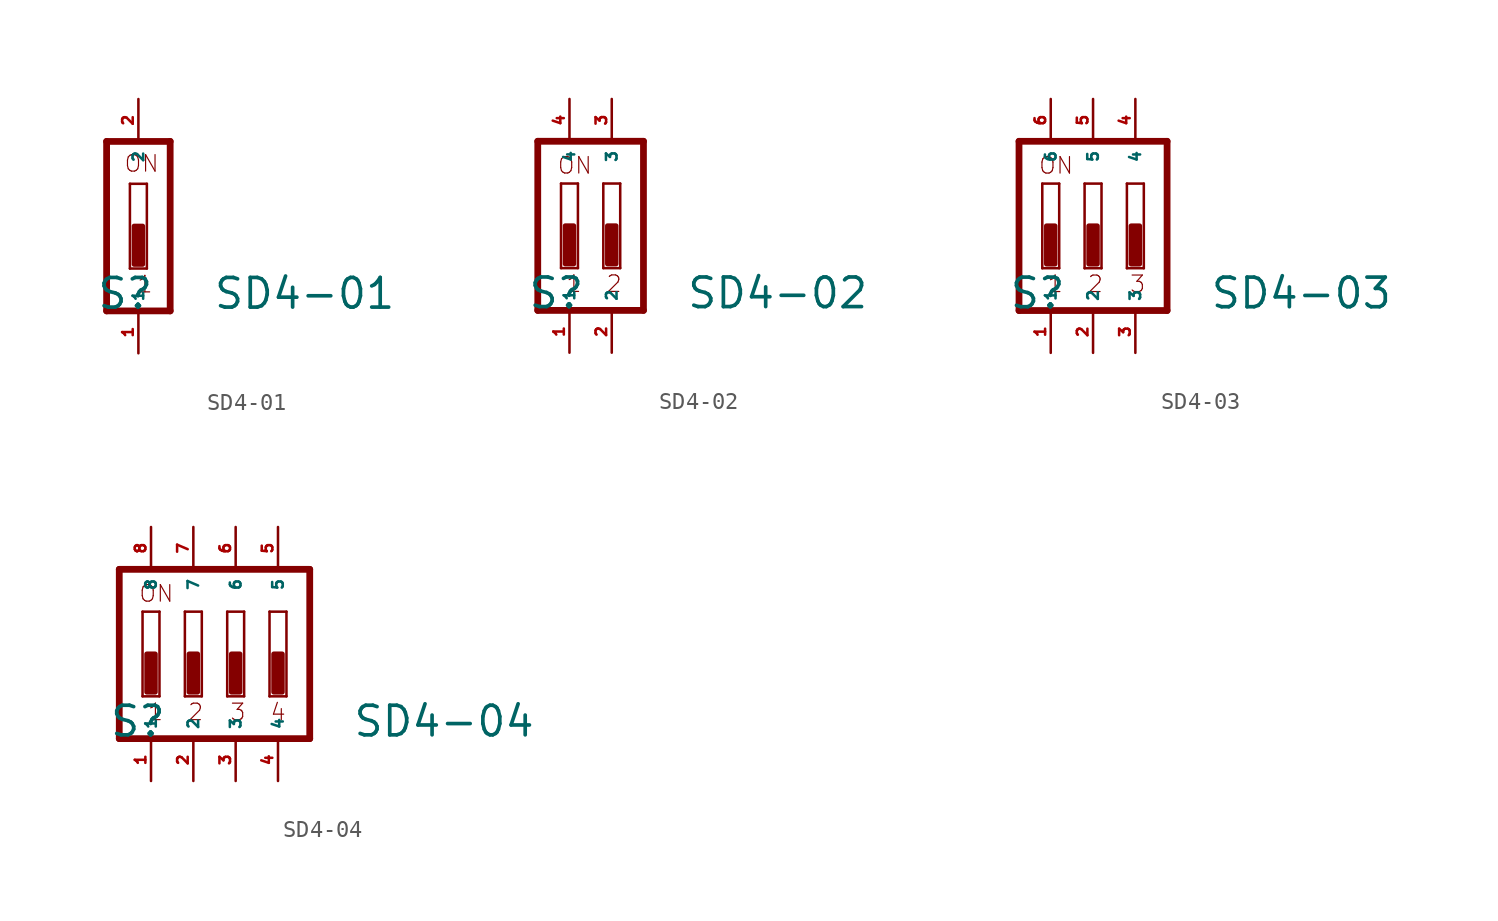
<source format=kicad_sym>
(kicad_symbol_lib
  (version 20220914)
  (generator Eagle2Kicad)
  (symbol "SD4-01"
    (property "Reference" "S"
      (at -2.54 -5.08 0)
      (effects (font (size 1.778 1.778) (thickness 0.22)) (justify left bottom)))
    (property "Value" "SD4-01"
      (at 4.445 -5.08 0)
      (effects (font (size 1.778 1.778) (thickness 0.22)) (justify left bottom)))
    (polyline
      (pts (xy -1.905 5.08) (xy -1.905 -5.08))
      (stroke (width 0.406) (type default))
      (fill (type none)))
    (polyline
      (pts (xy -1.905 5.08) (xy 1.905 5.08))
      (stroke (width 0.406) (type default))
      (fill (type none)))
    (polyline
      (pts (xy 1.905 5.08) (xy 1.905 -5.08))
      (stroke (width 0.406) (type default))
      (fill (type none)))
    (polyline
      (pts (xy -1.905 -5.08) (xy 1.905 -5.08))
      (stroke (width 0.406) (type default))
      (fill (type none)))
    (polyline
      (pts (xy 0.508 -2.54) (xy -0.508 -2.54))
      (stroke (width 0.152) (type default))
      (fill (type none)))
    (polyline
      (pts (xy -0.508 2.54) (xy 0.508 2.54))
      (stroke (width 0.152) (type default))
      (fill (type none)))
    (polyline
      (pts (xy 0.508 2.54) (xy 0.508 -2.54))
      (stroke (width 0.152) (type default))
      (fill (type none)))
    (polyline
      (pts (xy -0.508 -2.54) (xy -0.508 2.54))
      (stroke (width 0.152) (type default))
      (fill (type none)))
    (text "1"
      (at -0.127 -4.064 0)
      (effects (font (size 0.991 0.991) (thickness 0.07)) (justify left bottom)))
    (text "ON"
      (at -0.889 3.175 0)
      (effects (font (size 0.991 0.991) (thickness 0.07)) (justify left bottom)))
    (rectangle
      (start -0.254 -2.286)
      (end 0.254 0)
      (stroke (width 0.3) (type default))
      (fill (type outline)))
    (pin passive line
      (at 0 7.62 270)
      (length 2.54)
      (name "2" (effects (font (size 0.635 0.635) (thickness 0.08)) (justify left bottom)))
      (number "2" (effects (font (size 0.635 0.635) (thickness 0.08)) (justify left bottom))))
    (pin passive line
      (at 0 -7.62 90)
      (length 2.54)
      (name "1" (effects (font (size 0.635 0.635) (thickness 0.08)) (justify left bottom)))
      (number "1" (effects (font (size 0.635 0.635) (thickness 0.08)) (justify left bottom)))))
  (symbol "SD4-02"
    (property "Reference" "S"
      (at -2.54 -5.08 0)
      (effects (font (size 1.778 1.778) (thickness 0.22)) (justify left bottom)))
    (property "Value" "SD4-02"
      (at 6.985 -5.08 0)
      (effects (font (size 1.778 1.778) (thickness 0.22)) (justify left bottom)))
    (polyline
      (pts (xy -1.905 5.08) (xy -1.905 -5.08))
      (stroke (width 0.406) (type default))
      (fill (type none)))
    (polyline
      (pts (xy -1.905 5.08) (xy 4.445 5.08))
      (stroke (width 0.406) (type default))
      (fill (type none)))
    (polyline
      (pts (xy 4.445 -5.08) (xy 4.445 5.08))
      (stroke (width 0.406) (type default))
      (fill (type none)))
    (polyline
      (pts (xy 4.445 -5.08) (xy -1.905 -5.08))
      (stroke (width 0.406) (type default))
      (fill (type none)))
    (polyline
      (pts (xy 0.508 -2.54) (xy -0.508 -2.54))
      (stroke (width 0.152) (type default))
      (fill (type none)))
    (polyline
      (pts (xy -0.508 2.54) (xy 0.508 2.54))
      (stroke (width 0.152) (type default))
      (fill (type none)))
    (polyline
      (pts (xy 0.508 2.54) (xy 0.508 -2.54))
      (stroke (width 0.152) (type default))
      (fill (type none)))
    (polyline
      (pts (xy -0.508 -2.54) (xy -0.508 2.54))
      (stroke (width 0.152) (type default))
      (fill (type none)))
    (polyline
      (pts (xy 3.048 -2.54) (xy 2.032 -2.54))
      (stroke (width 0.152) (type default))
      (fill (type none)))
    (polyline
      (pts (xy 2.032 2.54) (xy 3.048 2.54))
      (stroke (width 0.152) (type default))
      (fill (type none)))
    (polyline
      (pts (xy 3.048 2.54) (xy 3.048 -2.54))
      (stroke (width 0.152) (type default))
      (fill (type none)))
    (polyline
      (pts (xy 2.032 -2.54) (xy 2.032 2.54))
      (stroke (width 0.152) (type default))
      (fill (type none)))
    (text "1"
      (at -0.254 -4.064 0)
      (effects (font (size 0.991 0.991) (thickness 0.07)) (justify left bottom)))
    (text "2"
      (at 2.159 -4.064 0)
      (effects (font (size 0.991 0.991) (thickness 0.07)) (justify left bottom)))
    (text "ON"
      (at -0.762 3.048 0)
      (effects (font (size 0.991 0.991) (thickness 0.07)) (justify left bottom)))
    (rectangle
      (start -0.254 -2.286)
      (end 0.254 0)
      (stroke (width 0.3) (type default))
      (fill (type outline)))
    (rectangle
      (start 2.286 -2.286)
      (end 2.794 0)
      (stroke (width 0.3) (type default))
      (fill (type outline)))
    (pin passive line
      (at 2.54 7.62 270)
      (length 2.54)
      (name "3" (effects (font (size 0.635 0.635) (thickness 0.08)) (justify left bottom)))
      (number "3" (effects (font (size 0.635 0.635) (thickness 0.08)) (justify left bottom))))
    (pin passive line
      (at 0 7.62 270)
      (length 2.54)
      (name "4" (effects (font (size 0.635 0.635) (thickness 0.08)) (justify left bottom)))
      (number "4" (effects (font (size 0.635 0.635) (thickness 0.08)) (justify left bottom))))
    (pin passive line
      (at 0 -7.62 90)
      (length 2.54)
      (name "1" (effects (font (size 0.635 0.635) (thickness 0.08)) (justify left bottom)))
      (number "1" (effects (font (size 0.635 0.635) (thickness 0.08)) (justify left bottom))))
    (pin passive line
      (at 2.54 -7.62 90)
      (length 2.54)
      (name "2" (effects (font (size 0.635 0.635) (thickness 0.08)) (justify left bottom)))
      (number "2" (effects (font (size 0.635 0.635) (thickness 0.08)) (justify left bottom)))))
  (symbol "SD4-03"
    (property "Reference" "S"
      (at -5.08 -5.08 0)
      (effects (font (size 1.778 1.778) (thickness 0.22)) (justify left bottom)))
    (property "Value" "SD4-03"
      (at 6.985 -5.08 0)
      (effects (font (size 1.778 1.778) (thickness 0.22)) (justify left bottom)))
    (polyline
      (pts (xy 4.445 5.08) (xy 4.445 -5.08))
      (stroke (width 0.406) (type default))
      (fill (type none)))
    (polyline
      (pts (xy 4.445 5.08) (xy -4.445 5.08))
      (stroke (width 0.406) (type default))
      (fill (type none)))
    (polyline
      (pts (xy -4.445 5.08) (xy -4.445 -5.08))
      (stroke (width 0.406) (type default))
      (fill (type none)))
    (polyline
      (pts (xy -4.445 -5.08) (xy 4.445 -5.08))
      (stroke (width 0.406) (type default))
      (fill (type none)))
    (polyline
      (pts (xy -2.032 -2.54) (xy -3.048 -2.54))
      (stroke (width 0.152) (type default))
      (fill (type none)))
    (polyline
      (pts (xy -3.048 2.54) (xy -2.032 2.54))
      (stroke (width 0.152) (type default))
      (fill (type none)))
    (polyline
      (pts (xy -2.032 2.54) (xy -2.032 -2.54))
      (stroke (width 0.152) (type default))
      (fill (type none)))
    (polyline
      (pts (xy -3.048 -2.54) (xy -3.048 2.54))
      (stroke (width 0.152) (type default))
      (fill (type none)))
    (polyline
      (pts (xy 0.508 -2.54) (xy -0.508 -2.54))
      (stroke (width 0.152) (type default))
      (fill (type none)))
    (polyline
      (pts (xy -0.508 2.54) (xy 0.508 2.54))
      (stroke (width 0.152) (type default))
      (fill (type none)))
    (polyline
      (pts (xy 0.508 2.54) (xy 0.508 -2.54))
      (stroke (width 0.152) (type default))
      (fill (type none)))
    (polyline
      (pts (xy -0.508 -2.54) (xy -0.508 2.54))
      (stroke (width 0.152) (type default))
      (fill (type none)))
    (polyline
      (pts (xy 3.048 -2.54) (xy 2.032 -2.54))
      (stroke (width 0.152) (type default))
      (fill (type none)))
    (polyline
      (pts (xy 2.032 2.54) (xy 3.048 2.54))
      (stroke (width 0.152) (type default))
      (fill (type none)))
    (polyline
      (pts (xy 3.048 2.54) (xy 3.048 -2.54))
      (stroke (width 0.152) (type default))
      (fill (type none)))
    (polyline
      (pts (xy 2.032 -2.54) (xy 2.032 2.54))
      (stroke (width 0.152) (type default))
      (fill (type none)))
    (text "1"
      (at -2.794 -4.064 0)
      (effects (font (size 0.991 0.991) (thickness 0.07)) (justify left bottom)))
    (text "2"
      (at -0.381 -4.064 0)
      (effects (font (size 0.991 0.991) (thickness 0.07)) (justify left bottom)))
    (text "3"
      (at 2.159 -4.064 0)
      (effects (font (size 0.991 0.991) (thickness 0.07)) (justify left bottom)))
    (text "ON"
      (at -3.302 3.048 0)
      (effects (font (size 0.991 0.991) (thickness 0.07)) (justify left bottom)))
    (rectangle
      (start -2.794 -2.286)
      (end -2.286 0)
      (stroke (width 0.3) (type default))
      (fill (type outline)))
    (rectangle
      (start -0.254 -2.286)
      (end 0.254 0)
      (stroke (width 0.3) (type default))
      (fill (type outline)))
    (rectangle
      (start 2.286 -2.286)
      (end 2.794 0)
      (stroke (width 0.3) (type default))
      (fill (type outline)))
    (pin passive line
      (at 2.54 7.62 270)
      (length 2.54)
      (name "4" (effects (font (size 0.635 0.635) (thickness 0.08)) (justify left bottom)))
      (number "4" (effects (font (size 0.635 0.635) (thickness 0.08)) (justify left bottom))))
    (pin passive line
      (at 0 7.62 270)
      (length 2.54)
      (name "5" (effects (font (size 0.635 0.635) (thickness 0.08)) (justify left bottom)))
      (number "5" (effects (font (size 0.635 0.635) (thickness 0.08)) (justify left bottom))))
    (pin passive line
      (at -2.54 7.62 270)
      (length 2.54)
      (name "6" (effects (font (size 0.635 0.635) (thickness 0.08)) (justify left bottom)))
      (number "6" (effects (font (size 0.635 0.635) (thickness 0.08)) (justify left bottom))))
    (pin passive line
      (at -2.54 -7.62 90)
      (length 2.54)
      (name "1" (effects (font (size 0.635 0.635) (thickness 0.08)) (justify left bottom)))
      (number "1" (effects (font (size 0.635 0.635) (thickness 0.08)) (justify left bottom))))
    (pin passive line
      (at 0 -7.62 90)
      (length 2.54)
      (name "2" (effects (font (size 0.635 0.635) (thickness 0.08)) (justify left bottom)))
      (number "2" (effects (font (size 0.635 0.635) (thickness 0.08)) (justify left bottom))))
    (pin passive line
      (at 2.54 -7.62 90)
      (length 2.54)
      (name "3" (effects (font (size 0.635 0.635) (thickness 0.08)) (justify left bottom)))
      (number "3" (effects (font (size 0.635 0.635) (thickness 0.08)) (justify left bottom)))))
  (symbol "SD4-04"
    (property "Reference" "S"
      (at -5.08 -5.08 0)
      (effects (font (size 1.778 1.778) (thickness 0.22)) (justify left bottom)))
    (property "Value" "SD4-04"
      (at 9.525 -5.08 0)
      (effects (font (size 1.778 1.778) (thickness 0.22)) (justify left bottom)))
    (polyline
      (pts (xy 6.985 5.08) (xy -4.445 5.08))
      (stroke (width 0.406) (type default))
      (fill (type none)))
    (polyline
      (pts (xy -4.445 5.08) (xy -4.445 -5.08))
      (stroke (width 0.406) (type default))
      (fill (type none)))
    (polyline
      (pts (xy -4.445 -5.08) (xy 6.985 -5.08))
      (stroke (width 0.406) (type default))
      (fill (type none)))
    (polyline
      (pts (xy 6.985 -5.08) (xy 6.985 5.08))
      (stroke (width 0.406) (type default))
      (fill (type none)))
    (polyline
      (pts (xy -2.032 -2.54) (xy -3.048 -2.54))
      (stroke (width 0.152) (type default))
      (fill (type none)))
    (polyline
      (pts (xy -3.048 2.54) (xy -2.032 2.54))
      (stroke (width 0.152) (type default))
      (fill (type none)))
    (polyline
      (pts (xy -2.032 2.54) (xy -2.032 -2.54))
      (stroke (width 0.152) (type default))
      (fill (type none)))
    (polyline
      (pts (xy -3.048 -2.54) (xy -3.048 2.54))
      (stroke (width 0.152) (type default))
      (fill (type none)))
    (polyline
      (pts (xy 0.508 -2.54) (xy -0.508 -2.54))
      (stroke (width 0.152) (type default))
      (fill (type none)))
    (polyline
      (pts (xy -0.508 2.54) (xy 0.508 2.54))
      (stroke (width 0.152) (type default))
      (fill (type none)))
    (polyline
      (pts (xy 0.508 2.54) (xy 0.508 -2.54))
      (stroke (width 0.152) (type default))
      (fill (type none)))
    (polyline
      (pts (xy -0.508 -2.54) (xy -0.508 2.54))
      (stroke (width 0.152) (type default))
      (fill (type none)))
    (polyline
      (pts (xy 3.048 -2.54) (xy 2.032 -2.54))
      (stroke (width 0.152) (type default))
      (fill (type none)))
    (polyline
      (pts (xy 2.032 2.54) (xy 3.048 2.54))
      (stroke (width 0.152) (type default))
      (fill (type none)))
    (polyline
      (pts (xy 3.048 2.54) (xy 3.048 -2.54))
      (stroke (width 0.152) (type default))
      (fill (type none)))
    (polyline
      (pts (xy 2.032 -2.54) (xy 2.032 2.54))
      (stroke (width 0.152) (type default))
      (fill (type none)))
    (polyline
      (pts (xy 5.588 -2.54) (xy 4.572 -2.54))
      (stroke (width 0.152) (type default))
      (fill (type none)))
    (polyline
      (pts (xy 4.572 2.54) (xy 5.588 2.54))
      (stroke (width 0.152) (type default))
      (fill (type none)))
    (polyline
      (pts (xy 5.588 2.54) (xy 5.588 -2.54))
      (stroke (width 0.152) (type default))
      (fill (type none)))
    (polyline
      (pts (xy 4.572 -2.54) (xy 4.572 2.54))
      (stroke (width 0.152) (type default))
      (fill (type none)))
    (text "1"
      (at -2.794 -4.064 0)
      (effects (font (size 0.991 0.991) (thickness 0.07)) (justify left bottom)))
    (text "2"
      (at -0.381 -4.064 0)
      (effects (font (size 0.991 0.991) (thickness 0.07)) (justify left bottom)))
    (text "3"
      (at 2.159 -4.064 0)
      (effects (font (size 0.991 0.991) (thickness 0.07)) (justify left bottom)))
    (text "4"
      (at 4.572 -4.064 0)
      (effects (font (size 0.991 0.991) (thickness 0.07)) (justify left bottom)))
    (text "ON"
      (at -3.302 3.048 0)
      (effects (font (size 0.991 0.991) (thickness 0.07)) (justify left bottom)))
    (rectangle
      (start -2.794 -2.286)
      (end -2.286 0)
      (stroke (width 0.3) (type default))
      (fill (type outline)))
    (rectangle
      (start -0.254 -2.286)
      (end 0.254 0)
      (stroke (width 0.3) (type default))
      (fill (type outline)))
    (rectangle
      (start 2.286 -2.286)
      (end 2.794 0)
      (stroke (width 0.3) (type default))
      (fill (type outline)))
    (rectangle
      (start 4.826 -2.286)
      (end 5.334 0)
      (stroke (width 0.3) (type default))
      (fill (type outline)))
    (pin passive line
      (at 5.08 7.62 270)
      (length 2.54)
      (name "5" (effects (font (size 0.635 0.635) (thickness 0.08)) (justify left bottom)))
      (number "5" (effects (font (size 0.635 0.635) (thickness 0.08)) (justify left bottom))))
    (pin passive line
      (at 2.54 7.62 270)
      (length 2.54)
      (name "6" (effects (font (size 0.635 0.635) (thickness 0.08)) (justify left bottom)))
      (number "6" (effects (font (size 0.635 0.635) (thickness 0.08)) (justify left bottom))))
    (pin passive line
      (at 0 7.62 270)
      (length 2.54)
      (name "7" (effects (font (size 0.635 0.635) (thickness 0.08)) (justify left bottom)))
      (number "7" (effects (font (size 0.635 0.635) (thickness 0.08)) (justify left bottom))))
    (pin passive line
      (at -2.54 7.62 270)
      (length 2.54)
      (name "8" (effects (font (size 0.635 0.635) (thickness 0.08)) (justify left bottom)))
      (number "8" (effects (font (size 0.635 0.635) (thickness 0.08)) (justify left bottom))))
    (pin passive line
      (at -2.54 -7.62 90)
      (length 2.54)
      (name "1" (effects (font (size 0.635 0.635) (thickness 0.08)) (justify left bottom)))
      (number "1" (effects (font (size 0.635 0.635) (thickness 0.08)) (justify left bottom))))
    (pin passive line
      (at 0 -7.62 90)
      (length 2.54)
      (name "2" (effects (font (size 0.635 0.635) (thickness 0.08)) (justify left bottom)))
      (number "2" (effects (font (size 0.635 0.635) (thickness 0.08)) (justify left bottom))))
    (pin passive line
      (at 2.54 -7.62 90)
      (length 2.54)
      (name "3" (effects (font (size 0.635 0.635) (thickness 0.08)) (justify left bottom)))
      (number "3" (effects (font (size 0.635 0.635) (thickness 0.08)) (justify left bottom))))
    (pin passive line
      (at 5.08 -7.62 90)
      (length 2.54)
      (name "4" (effects (font (size 0.635 0.635) (thickness 0.08)) (justify left bottom)))
      (number "4" (effects (font (size 0.635 0.635) (thickness 0.08)) (justify left bottom))))))
</source>
